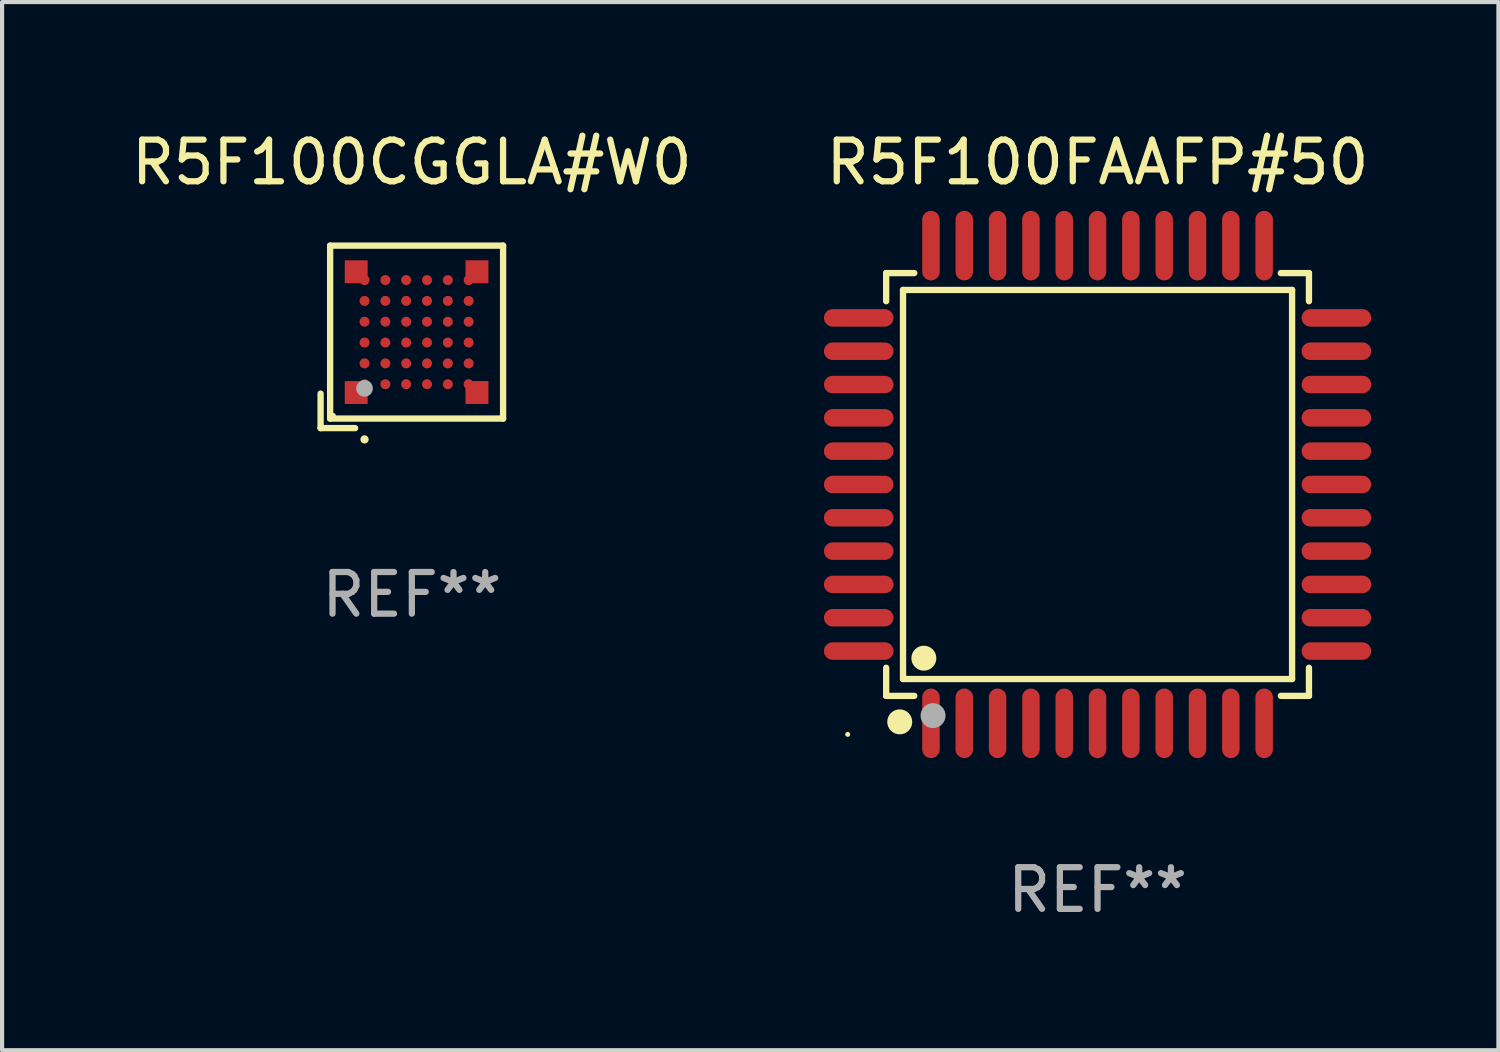
<source format=kicad_pcb>
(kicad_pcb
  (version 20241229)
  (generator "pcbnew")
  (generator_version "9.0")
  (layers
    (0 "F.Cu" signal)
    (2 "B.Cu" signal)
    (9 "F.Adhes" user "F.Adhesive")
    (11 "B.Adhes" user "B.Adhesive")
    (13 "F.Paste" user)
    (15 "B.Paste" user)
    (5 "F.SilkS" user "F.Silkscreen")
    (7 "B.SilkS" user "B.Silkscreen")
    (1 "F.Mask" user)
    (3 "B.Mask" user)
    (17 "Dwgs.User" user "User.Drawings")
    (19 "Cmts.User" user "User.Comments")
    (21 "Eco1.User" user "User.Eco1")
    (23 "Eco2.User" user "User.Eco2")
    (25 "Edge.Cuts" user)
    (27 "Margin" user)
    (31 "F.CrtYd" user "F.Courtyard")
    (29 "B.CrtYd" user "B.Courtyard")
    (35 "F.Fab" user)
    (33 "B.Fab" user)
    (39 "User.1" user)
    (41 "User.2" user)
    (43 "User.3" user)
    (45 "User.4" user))
  (footprint "R5F100CGGLA#W0"
    (layer "F.Cu")
    (at 6.839 5.039)
    (property "Reference" "R5F100CGGLA#W0" (at 0 -4.191 0) (layer "F.SilkS") (effects (font (size 1 1) (thickness 0.15))))
    (attr through_hole)
    (fp_line (start -2.191 1.362) (end -2.191 2.191) (stroke (width 0.152) (type solid)) (layer "F.SilkS"))
    (fp_line (start -2.191 2.191) (end -1.362 2.191) (stroke (width 0.152) (type solid)) (layer "F.SilkS"))
    (fp_line (start -1.962 -2.191) (end 2.191 -2.191) (stroke (width 0.152) (type solid)) (layer "F.SilkS"))
    (fp_line (start -1.962 1.962) (end -1.962 -2.191) (stroke (width 0.152) (type solid)) (layer "F.SilkS"))
    (fp_line (start 2.191 -2.191) (end 2.191 1.962) (stroke (width 0.152) (type solid)) (layer "F.SilkS"))
    (fp_line (start 2.191 1.962) (end -1.962 1.962) (stroke (width 0.152) (type solid)) (layer "F.SilkS"))
    (fp_circle (center -1.886 1.886) (end -1.856 1.886) (stroke (width 0.06) (type solid)) (fill no) (layer "F.SilkS"))
    (fp_circle (center -1.136 2.462) (end -1.086 2.462) (stroke (width 0.1) (type solid)) (fill no) (layer "F.SilkS"))
    (fp_circle (center -1.136 1.236) (end -1.036 1.236) (stroke (width 0.2) (type solid)) (fill no) (layer "F.Fab"))
    (fp_text user "REF**" (at 0 6.191 0) (layer "F.Fab") (effects (font (size 1 1) (thickness 0.15))))
    (pad "A1" smd rect (at -1.336 1.336) (size 0.55 0.55) (layers "F.Cu" "F.Mask" "F.Paste"))
    (pad "A1" smd circle (at -1.136 1.136) (size 0.24 0.24) (layers "F.Cu" "F.Mask" "F.Paste"))
    (pad "A2" smd circle (at -1.136 0.636) (size 0.24 0.24) (layers "F.Cu" "F.Mask" "F.Paste"))
    (pad "A3" smd circle (at -1.136 0.136) (size 0.24 0.24) (layers "F.Cu" "F.Mask" "F.Paste"))
    (pad "A4" smd circle (at -1.136 -0.364) (size 0.24 0.24) (layers "F.Cu" "F.Mask" "F.Paste"))
    (pad "A5" smd circle (at -1.136 -0.864) (size 0.24 0.24) (layers "F.Cu" "F.Mask" "F.Paste"))
    (pad "A6" smd rect (at -1.336 -1.564) (size 0.55 0.55) (layers "F.Cu" "F.Mask" "F.Paste"))
    (pad "A6" smd circle (at -1.136 -1.364) (size 0.24 0.24) (layers "F.Cu" "F.Mask" "F.Paste"))
    (pad "B1" smd circle (at -0.636 1.136) (size 0.24 0.24) (layers "F.Cu" "F.Mask" "F.Paste"))
    (pad "B2" smd circle (at -0.636 0.636) (size 0.24 0.24) (layers "F.Cu" "F.Mask" "F.Paste"))
    (pad "B3" smd circle (at -0.636 0.136) (size 0.24 0.24) (layers "F.Cu" "F.Mask" "F.Paste"))
    (pad "B4" smd circle (at -0.636 -0.364) (size 0.24 0.24) (layers "F.Cu" "F.Mask" "F.Paste"))
    (pad "B5" smd circle (at -0.636 -0.864) (size 0.24 0.24) (layers "F.Cu" "F.Mask" "F.Paste"))
    (pad "B6" smd circle (at -0.636 -1.364) (size 0.24 0.24) (layers "F.Cu" "F.Mask" "F.Paste"))
    (pad "C1" smd circle (at -0.136 1.136) (size 0.24 0.24) (layers "F.Cu" "F.Mask" "F.Paste"))
    (pad "C2" smd circle (at -0.136 0.636) (size 0.24 0.24) (layers "F.Cu" "F.Mask" "F.Paste"))
    (pad "C3" smd circle (at -0.136 0.136) (size 0.24 0.24) (layers "F.Cu" "F.Mask" "F.Paste"))
    (pad "C4" smd circle (at -0.136 -0.364) (size 0.24 0.24) (layers "F.Cu" "F.Mask" "F.Paste"))
    (pad "C5" smd circle (at -0.136 -0.864) (size 0.24 0.24) (layers "F.Cu" "F.Mask" "F.Paste"))
    (pad "C6" smd circle (at -0.136 -1.364) (size 0.24 0.24) (layers "F.Cu" "F.Mask" "F.Paste"))
    (pad "D1" smd circle (at 0.364 1.136) (size 0.24 0.24) (layers "F.Cu" "F.Mask" "F.Paste"))
    (pad "D2" smd circle (at 0.364 0.636) (size 0.24 0.24) (layers "F.Cu" "F.Mask" "F.Paste"))
    (pad "D3" smd circle (at 0.364 0.136) (size 0.24 0.24) (layers "F.Cu" "F.Mask" "F.Paste"))
    (pad "D4" smd circle (at 0.364 -0.364) (size 0.24 0.24) (layers "F.Cu" "F.Mask" "F.Paste"))
    (pad "D5" smd circle (at 0.364 -0.864) (size 0.24 0.24) (layers "F.Cu" "F.Mask" "F.Paste"))
    (pad "D6" smd circle (at 0.364 -1.364) (size 0.24 0.24) (layers "F.Cu" "F.Mask" "F.Paste"))
    (pad "E1" smd circle (at 0.864 1.136) (size 0.24 0.24) (layers "F.Cu" "F.Mask" "F.Paste"))
    (pad "E2" smd circle (at 0.864 0.636) (size 0.24 0.24) (layers "F.Cu" "F.Mask" "F.Paste"))
    (pad "E3" smd circle (at 0.864 0.136) (size 0.24 0.24) (layers "F.Cu" "F.Mask" "F.Paste"))
    (pad "E4" smd circle (at 0.864 -0.364) (size 0.24 0.24) (layers "F.Cu" "F.Mask" "F.Paste"))
    (pad "E5" smd circle (at 0.864 -0.864) (size 0.24 0.24) (layers "F.Cu" "F.Mask" "F.Paste"))
    (pad "E6" smd circle (at 0.864 -1.364) (size 0.24 0.24) (layers "F.Cu" "F.Mask" "F.Paste"))
    (pad "F1" smd circle (at 1.364 1.136) (size 0.24 0.24) (layers "F.Cu" "F.Mask" "F.Paste"))
    (pad "F1" smd rect (at 1.564 1.336) (size 0.55 0.55) (layers "F.Cu" "F.Mask" "F.Paste"))
    (pad "F2" smd circle (at 1.364 0.636) (size 0.24 0.24) (layers "F.Cu" "F.Mask" "F.Paste"))
    (pad "F3" smd circle (at 1.364 0.136) (size 0.24 0.24) (layers "F.Cu" "F.Mask" "F.Paste"))
    (pad "F4" smd circle (at 1.364 -0.364) (size 0.24 0.24) (layers "F.Cu" "F.Mask" "F.Paste"))
    (pad "F5" smd circle (at 1.364 -0.864) (size 0.24 0.24) (layers "F.Cu" "F.Mask" "F.Paste"))
    (pad "F6" smd circle (at 1.364 -1.364) (size 0.24 0.24) (layers "F.Cu" "F.Mask" "F.Paste"))
    (pad "F6" smd rect (at 1.564 -1.564) (size 0.55 0.55) (layers "F.Cu" "F.Mask" "F.Paste")))
  (footprint "R5F100FAAFP#50"
    (layer "F.Cu")
    (at 23.304 8.583)
    (property "Reference" "R5F100FAAFP#50" (at 0 -7.735 0) (layer "F.SilkS") (effects (font (size 1 1) (thickness 0.15))))
    (attr through_hole)
    (fp_line (start -5.076 -5.076) (end -4.401 -5.076) (stroke (width 0.152) (type solid)) (layer "F.SilkS"))
    (fp_line (start -5.076 -4.401) (end -5.076 -5.076) (stroke (width 0.152) (type solid)) (layer "F.SilkS"))
    (fp_line (start -5.076 4.401) (end -5.076 5.076) (stroke (width 0.152) (type solid)) (layer "F.SilkS"))
    (fp_line (start -5.076 5.076) (end -4.401 5.076) (stroke (width 0.152) (type solid)) (layer "F.SilkS"))
    (fp_line (start -4.671 -4.671) (end 4.671 -4.671) (stroke (width 0.152) (type solid)) (layer "F.SilkS"))
    (fp_line (start -4.671 4.671) (end -4.671 -4.671) (stroke (width 0.152) (type solid)) (layer "F.SilkS"))
    (fp_line (start 4.671 -4.671) (end 4.671 4.671) (stroke (width 0.152) (type solid)) (layer "F.SilkS"))
    (fp_line (start 4.671 4.671) (end -4.671 4.671) (stroke (width 0.152) (type solid)) (layer "F.SilkS"))
    (fp_line (start 5.076 -5.076) (end 4.401 -5.076) (stroke (width 0.152) (type solid)) (layer "F.SilkS"))
    (fp_line (start 5.076 -4.401) (end 5.076 -5.076) (stroke (width 0.152) (type solid)) (layer "F.SilkS"))
    (fp_line (start 5.076 4.401) (end 5.076 5.076) (stroke (width 0.152) (type solid)) (layer "F.SilkS"))
    (fp_line (start 5.076 5.076) (end 4.401 5.076) (stroke (width 0.152) (type solid)) (layer "F.SilkS"))
    (fp_circle (center -6 6) (end -5.97 6) (stroke (width 0.06) (type solid)) (fill no) (layer "F.SilkS"))
    (fp_circle (center -4.75 5.7) (end -4.6 5.7) (stroke (width 0.3) (type solid)) (fill no) (layer "F.SilkS"))
    (fp_circle (center -4.171 4.171) (end -4.021 4.171) (stroke (width 0.3) (type solid)) (fill no) (layer "F.SilkS"))
    (fp_circle (center -3.95 5.55) (end -3.8 5.55) (stroke (width 0.3) (type solid)) (fill no) (layer "F.Fab"))
    (fp_text user "REF**" (at 0 9.735 0) (layer "F.Fab") (effects (font (size 1 1) (thickness 0.15))))
    (pad "1" smd oval (at -4 5.735) (size 0.42 1.67) (layers "F.Cu" "F.Mask" "F.Paste"))
    (pad "2" smd oval (at -3.2 5.735) (size 0.42 1.67) (layers "F.Cu" "F.Mask" "F.Paste"))
    (pad "3" smd oval (at -2.4 5.735) (size 0.42 1.67) (layers "F.Cu" "F.Mask" "F.Paste"))
    (pad "4" smd oval (at -1.6 5.735) (size 0.42 1.67) (layers "F.Cu" "F.Mask" "F.Paste"))
    (pad "5" smd oval (at -0.8 5.735) (size 0.42 1.67) (layers "F.Cu" "F.Mask" "F.Paste"))
    (pad "6" smd oval (at 0 5.735) (size 0.42 1.67) (layers "F.Cu" "F.Mask" "F.Paste"))
    (pad "7" smd oval (at 0.8 5.735) (size 0.42 1.67) (layers "F.Cu" "F.Mask" "F.Paste"))
    (pad "8" smd oval (at 1.6 5.735) (size 0.42 1.67) (layers "F.Cu" "F.Mask" "F.Paste"))
    (pad "9" smd oval (at 2.4 5.735) (size 0.42 1.67) (layers "F.Cu" "F.Mask" "F.Paste"))
    (pad "10" smd oval (at 3.2 5.735) (size 0.42 1.67) (layers "F.Cu" "F.Mask" "F.Paste"))
    (pad "11" smd oval (at 4 5.735) (size 0.42 1.67) (layers "F.Cu" "F.Mask" "F.Paste"))
    (pad "12" smd oval (at 5.735 4) (size 1.67 0.42) (layers "F.Cu" "F.Mask" "F.Paste"))
    (pad "13" smd oval (at 5.735 3.2) (size 1.67 0.42) (layers "F.Cu" "F.Mask" "F.Paste"))
    (pad "14" smd oval (at 5.735 2.4) (size 1.67 0.42) (layers "F.Cu" "F.Mask" "F.Paste"))
    (pad "15" smd oval (at 5.735 1.6) (size 1.67 0.42) (layers "F.Cu" "F.Mask" "F.Paste"))
    (pad "16" smd oval (at 5.735 0.8) (size 1.67 0.42) (layers "F.Cu" "F.Mask" "F.Paste"))
    (pad "17" smd oval (at 5.735 0) (size 1.67 0.42) (layers "F.Cu" "F.Mask" "F.Paste"))
    (pad "18" smd oval (at 5.735 -0.8) (size 1.67 0.42) (layers "F.Cu" "F.Mask" "F.Paste"))
    (pad "19" smd oval (at 5.735 -1.6) (size 1.67 0.42) (layers "F.Cu" "F.Mask" "F.Paste"))
    (pad "20" smd oval (at 5.735 -2.4) (size 1.67 0.42) (layers "F.Cu" "F.Mask" "F.Paste"))
    (pad "21" smd oval (at 5.735 -3.2) (size 1.67 0.42) (layers "F.Cu" "F.Mask" "F.Paste"))
    (pad "22" smd oval (at 5.735 -4) (size 1.67 0.42) (layers "F.Cu" "F.Mask" "F.Paste"))
    (pad "23" smd oval (at 4 -5.735) (size 0.42 1.67) (layers "F.Cu" "F.Mask" "F.Paste"))
    (pad "24" smd oval (at 3.2 -5.735) (size 0.42 1.67) (layers "F.Cu" "F.Mask" "F.Paste"))
    (pad "25" smd oval (at 2.4 -5.735) (size 0.42 1.67) (layers "F.Cu" "F.Mask" "F.Paste"))
    (pad "26" smd oval (at 1.6 -5.735) (size 0.42 1.67) (layers "F.Cu" "F.Mask" "F.Paste"))
    (pad "27" smd oval (at 0.8 -5.735) (size 0.42 1.67) (layers "F.Cu" "F.Mask" "F.Paste"))
    (pad "28" smd oval (at 0 -5.735) (size 0.42 1.67) (layers "F.Cu" "F.Mask" "F.Paste"))
    (pad "29" smd oval (at -0.8 -5.735) (size 0.42 1.67) (layers "F.Cu" "F.Mask" "F.Paste"))
    (pad "30" smd oval (at -1.6 -5.735) (size 0.42 1.67) (layers "F.Cu" "F.Mask" "F.Paste"))
    (pad "31" smd oval (at -2.4 -5.735) (size 0.42 1.67) (layers "F.Cu" "F.Mask" "F.Paste"))
    (pad "32" smd oval (at -3.2 -5.735) (size 0.42 1.67) (layers "F.Cu" "F.Mask" "F.Paste"))
    (pad "33" smd oval (at -4 -5.735) (size 0.42 1.67) (layers "F.Cu" "F.Mask" "F.Paste"))
    (pad "34" smd oval (at -5.735 -4) (size 1.67 0.42) (layers "F.Cu" "F.Mask" "F.Paste"))
    (pad "35" smd oval (at -5.735 -3.2) (size 1.67 0.42) (layers "F.Cu" "F.Mask" "F.Paste"))
    (pad "36" smd oval (at -5.735 -2.4) (size 1.67 0.42) (layers "F.Cu" "F.Mask" "F.Paste"))
    (pad "37" smd oval (at -5.735 -1.6) (size 1.67 0.42) (layers "F.Cu" "F.Mask" "F.Paste"))
    (pad "38" smd oval (at -5.735 -0.8) (size 1.67 0.42) (layers "F.Cu" "F.Mask" "F.Paste"))
    (pad "39" smd oval (at -5.735 0) (size 1.67 0.42) (layers "F.Cu" "F.Mask" "F.Paste"))
    (pad "40" smd oval (at -5.735 0.8) (size 1.67 0.42) (layers "F.Cu" "F.Mask" "F.Paste"))
    (pad "41" smd oval (at -5.735 1.6) (size 1.67 0.42) (layers "F.Cu" "F.Mask" "F.Paste"))
    (pad "42" smd oval (at -5.735 2.4) (size 1.67 0.42) (layers "F.Cu" "F.Mask" "F.Paste"))
    (pad "43" smd oval (at -5.735 3.2) (size 1.67 0.42) (layers "F.Cu" "F.Mask" "F.Paste"))
    (pad "44" smd oval (at -5.735 4) (size 1.67 0.42) (layers "F.Cu" "F.Mask" "F.Paste")))
  (gr_rect
    (start -3 -3)
    (end 32.929 22.167)
    (stroke (width 0.1) (type default))
    (fill no)
    (layer "Edge.Cuts")))
</source>
